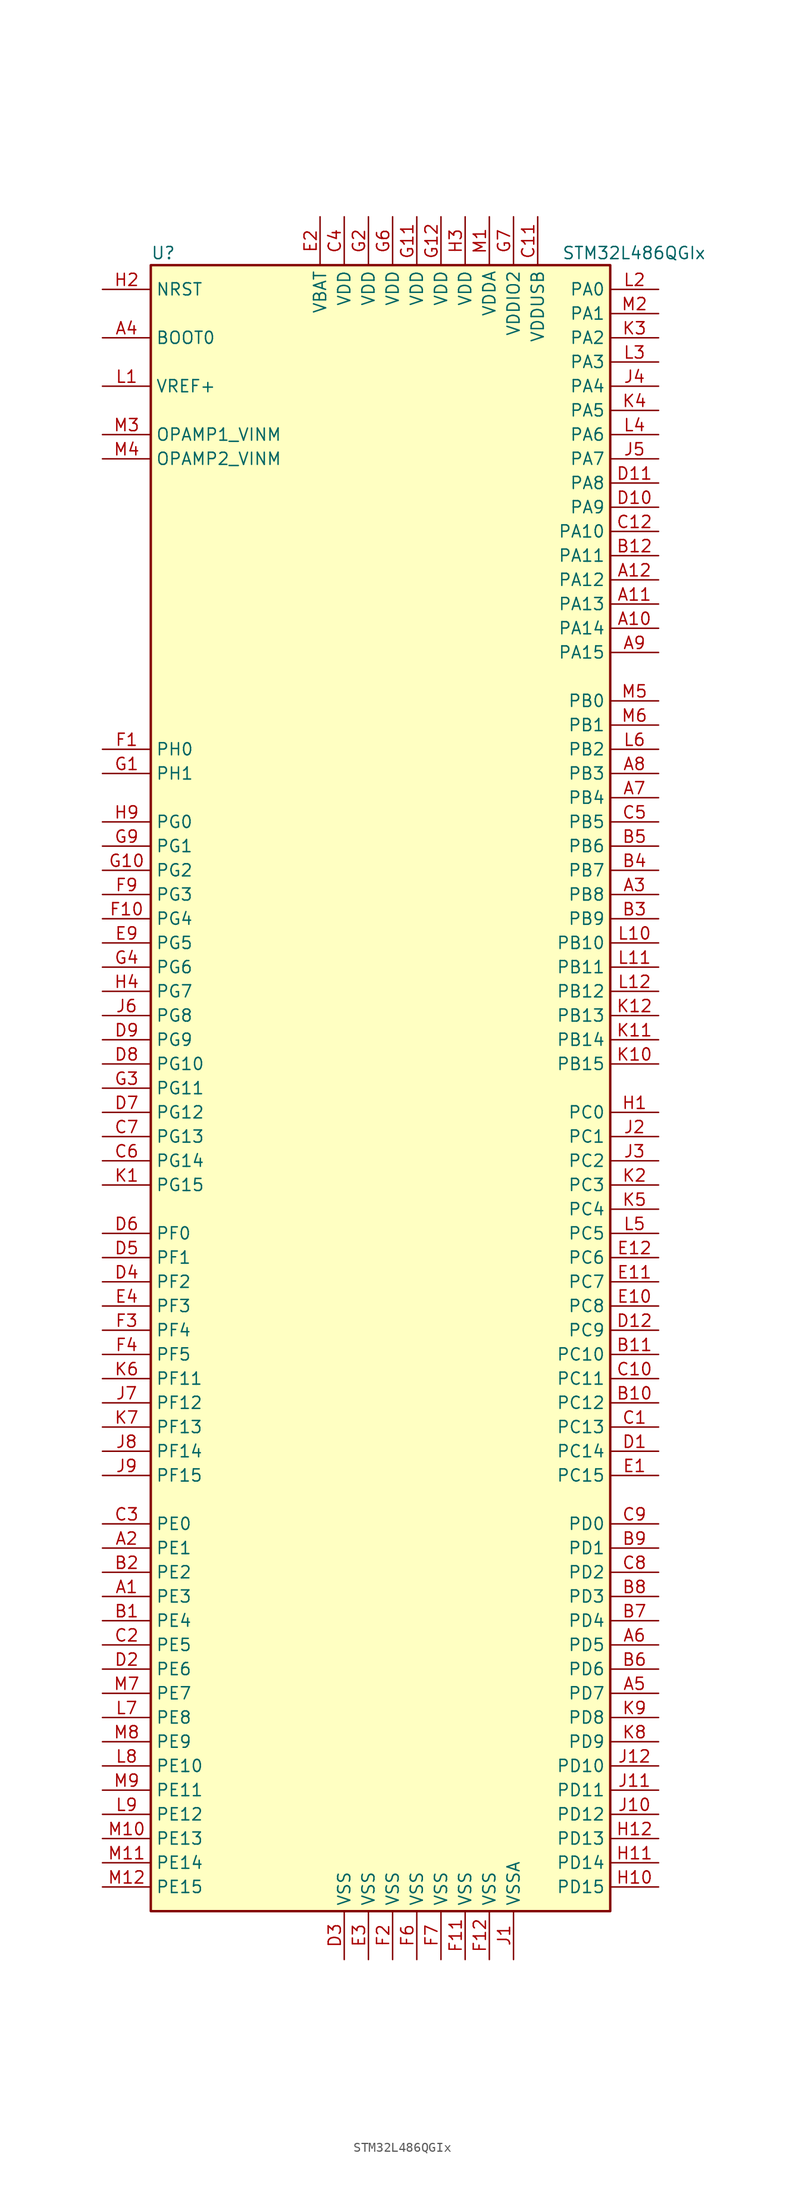
<source format=kicad_sym>
(kicad_symbol_lib
  (version 20201005)
  (generator kicad_symbol_editor)
  (symbol "STM32L486QGIx"
    (property "Reference" "U"
      (at -25.4 87.63 0)
      (effects (font (size 1.27 1.27)) (justify left)))
    (property "Value" "STM32L486QGIx"
      (at 17.78 87.63 0)
      (effects (font (size 1.27 1.27)) (justify left)))
    (symbol "STM32L486QGIx_0_1"
      (rectangle (start -25.4 -86.36) (end 22.86 86.36) (stroke (width 0.254)) (fill (type background))))
    (symbol "STM32L486QGIx_1_1"
      (pin bidirectional line (at -30.48 -53.34 0) (length 5.08) (name "PE3" (effects (font (size 1.27 1.27)))) (number "A1" (effects (font (size 1.27 1.27)))))
      (pin bidirectional line (at 27.94 48.26 180) (length 5.08) (name "PA14" (effects (font (size 1.27 1.27)))) (number "A10" (effects (font (size 1.27 1.27)))))
      (pin bidirectional line (at 27.94 50.8 180) (length 5.08) (name "PA13" (effects (font (size 1.27 1.27)))) (number "A11" (effects (font (size 1.27 1.27)))))
      (pin bidirectional line (at 27.94 53.34 180) (length 5.08) (name "PA12" (effects (font (size 1.27 1.27)))) (number "A12" (effects (font (size 1.27 1.27)))))
      (pin bidirectional line (at -30.48 -48.26 0) (length 5.08) (name "PE1" (effects (font (size 1.27 1.27)))) (number "A2" (effects (font (size 1.27 1.27)))))
      (pin bidirectional line (at 27.94 20.32 180) (length 5.08) (name "PB8" (effects (font (size 1.27 1.27)))) (number "A3" (effects (font (size 1.27 1.27)))))
      (pin input line (at -30.48 78.74 0) (length 5.08) (name "BOOT0" (effects (font (size 1.27 1.27)))) (number "A4" (effects (font (size 1.27 1.27)))))
      (pin bidirectional line (at 27.94 -63.5 180) (length 5.08) (name "PD7" (effects (font (size 1.27 1.27)))) (number "A5" (effects (font (size 1.27 1.27)))))
      (pin bidirectional line (at 27.94 -58.42 180) (length 5.08) (name "PD5" (effects (font (size 1.27 1.27)))) (number "A6" (effects (font (size 1.27 1.27)))))
      (pin bidirectional line (at 27.94 30.48 180) (length 5.08) (name "PB4" (effects (font (size 1.27 1.27)))) (number "A7" (effects (font (size 1.27 1.27)))))
      (pin bidirectional line (at 27.94 33.02 180) (length 5.08) (name "PB3" (effects (font (size 1.27 1.27)))) (number "A8" (effects (font (size 1.27 1.27)))))
      (pin bidirectional line (at 27.94 45.72 180) (length 5.08) (name "PA15" (effects (font (size 1.27 1.27)))) (number "A9" (effects (font (size 1.27 1.27)))))
      (pin bidirectional line (at -30.48 -55.88 0) (length 5.08) (name "PE4" (effects (font (size 1.27 1.27)))) (number "B1" (effects (font (size 1.27 1.27)))))
      (pin bidirectional line (at 27.94 -33.02 180) (length 5.08) (name "PC12" (effects (font (size 1.27 1.27)))) (number "B10" (effects (font (size 1.27 1.27)))))
      (pin bidirectional line (at 27.94 -27.94 180) (length 5.08) (name "PC10" (effects (font (size 1.27 1.27)))) (number "B11" (effects (font (size 1.27 1.27)))))
      (pin bidirectional line (at 27.94 55.88 180) (length 5.08) (name "PA11" (effects (font (size 1.27 1.27)))) (number "B12" (effects (font (size 1.27 1.27)))))
      (pin bidirectional line (at -30.48 -50.8 0) (length 5.08) (name "PE2" (effects (font (size 1.27 1.27)))) (number "B2" (effects (font (size 1.27 1.27)))))
      (pin bidirectional line (at 27.94 17.78 180) (length 5.08) (name "PB9" (effects (font (size 1.27 1.27)))) (number "B3" (effects (font (size 1.27 1.27)))))
      (pin bidirectional line (at 27.94 22.86 180) (length 5.08) (name "PB7" (effects (font (size 1.27 1.27)))) (number "B4" (effects (font (size 1.27 1.27)))))
      (pin bidirectional line (at 27.94 25.4 180) (length 5.08) (name "PB6" (effects (font (size 1.27 1.27)))) (number "B5" (effects (font (size 1.27 1.27)))))
      (pin bidirectional line (at 27.94 -60.96 180) (length 5.08) (name "PD6" (effects (font (size 1.27 1.27)))) (number "B6" (effects (font (size 1.27 1.27)))))
      (pin bidirectional line (at 27.94 -55.88 180) (length 5.08) (name "PD4" (effects (font (size 1.27 1.27)))) (number "B7" (effects (font (size 1.27 1.27)))))
      (pin bidirectional line (at 27.94 -53.34 180) (length 5.08) (name "PD3" (effects (font (size 1.27 1.27)))) (number "B8" (effects (font (size 1.27 1.27)))))
      (pin bidirectional line (at 27.94 -48.26 180) (length 5.08) (name "PD1" (effects (font (size 1.27 1.27)))) (number "B9" (effects (font (size 1.27 1.27)))))
      (pin bidirectional line (at 27.94 -35.56 180) (length 5.08) (name "PC13" (effects (font (size 1.27 1.27)))) (number "C1" (effects (font (size 1.27 1.27)))))
      (pin bidirectional line (at 27.94 -30.48 180) (length 5.08) (name "PC11" (effects (font (size 1.27 1.27)))) (number "C10" (effects (font (size 1.27 1.27)))))
      (pin power_in line (at 15.24 91.44 270) (length 5.08) (name "VDDUSB" (effects (font (size 1.27 1.27)))) (number "C11" (effects (font (size 1.27 1.27)))))
      (pin bidirectional line (at 27.94 58.42 180) (length 5.08) (name "PA10" (effects (font (size 1.27 1.27)))) (number "C12" (effects (font (size 1.27 1.27)))))
      (pin bidirectional line (at -30.48 -58.42 0) (length 5.08) (name "PE5" (effects (font (size 1.27 1.27)))) (number "C2" (effects (font (size 1.27 1.27)))))
      (pin bidirectional line (at -30.48 -45.72 0) (length 5.08) (name "PE0" (effects (font (size 1.27 1.27)))) (number "C3" (effects (font (size 1.27 1.27)))))
      (pin power_in line (at -5.08 91.44 270) (length 5.08) (name "VDD" (effects (font (size 1.27 1.27)))) (number "C4" (effects (font (size 1.27 1.27)))))
      (pin bidirectional line (at 27.94 27.94 180) (length 5.08) (name "PB5" (effects (font (size 1.27 1.27)))) (number "C5" (effects (font (size 1.27 1.27)))))
      (pin bidirectional line (at -30.48 -7.62 0) (length 5.08) (name "PG14" (effects (font (size 1.27 1.27)))) (number "C6" (effects (font (size 1.27 1.27)))))
      (pin bidirectional line (at -30.48 -5.08 0) (length 5.08) (name "PG13" (effects (font (size 1.27 1.27)))) (number "C7" (effects (font (size 1.27 1.27)))))
      (pin bidirectional line (at 27.94 -50.8 180) (length 5.08) (name "PD2" (effects (font (size 1.27 1.27)))) (number "C8" (effects (font (size 1.27 1.27)))))
      (pin bidirectional line (at 27.94 -45.72 180) (length 5.08) (name "PD0" (effects (font (size 1.27 1.27)))) (number "C9" (effects (font (size 1.27 1.27)))))
      (pin bidirectional line (at 27.94 -38.1 180) (length 5.08) (name "PC14" (effects (font (size 1.27 1.27)))) (number "D1" (effects (font (size 1.27 1.27)))))
      (pin bidirectional line (at 27.94 60.96 180) (length 5.08) (name "PA9" (effects (font (size 1.27 1.27)))) (number "D10" (effects (font (size 1.27 1.27)))))
      (pin bidirectional line (at 27.94 63.5 180) (length 5.08) (name "PA8" (effects (font (size 1.27 1.27)))) (number "D11" (effects (font (size 1.27 1.27)))))
      (pin bidirectional line (at 27.94 -25.4 180) (length 5.08) (name "PC9" (effects (font (size 1.27 1.27)))) (number "D12" (effects (font (size 1.27 1.27)))))
      (pin bidirectional line (at -30.48 -60.96 0) (length 5.08) (name "PE6" (effects (font (size 1.27 1.27)))) (number "D2" (effects (font (size 1.27 1.27)))))
      (pin power_in line (at -5.08 -91.44 90) (length 5.08) (name "VSS" (effects (font (size 1.27 1.27)))) (number "D3" (effects (font (size 1.27 1.27)))))
      (pin bidirectional line (at -30.48 -20.32 0) (length 5.08) (name "PF2" (effects (font (size 1.27 1.27)))) (number "D4" (effects (font (size 1.27 1.27)))))
      (pin bidirectional line (at -30.48 -17.78 0) (length 5.08) (name "PF1" (effects (font (size 1.27 1.27)))) (number "D5" (effects (font (size 1.27 1.27)))))
      (pin bidirectional line (at -30.48 -15.24 0) (length 5.08) (name "PF0" (effects (font (size 1.27 1.27)))) (number "D6" (effects (font (size 1.27 1.27)))))
      (pin bidirectional line (at -30.48 -2.54 0) (length 5.08) (name "PG12" (effects (font (size 1.27 1.27)))) (number "D7" (effects (font (size 1.27 1.27)))))
      (pin bidirectional line (at -30.48 2.54 0) (length 5.08) (name "PG10" (effects (font (size 1.27 1.27)))) (number "D8" (effects (font (size 1.27 1.27)))))
      (pin bidirectional line (at -30.48 5.08 0) (length 5.08) (name "PG9" (effects (font (size 1.27 1.27)))) (number "D9" (effects (font (size 1.27 1.27)))))
      (pin bidirectional line (at 27.94 -40.64 180) (length 5.08) (name "PC15" (effects (font (size 1.27 1.27)))) (number "E1" (effects (font (size 1.27 1.27)))))
      (pin bidirectional line (at 27.94 -22.86 180) (length 5.08) (name "PC8" (effects (font (size 1.27 1.27)))) (number "E10" (effects (font (size 1.27 1.27)))))
      (pin bidirectional line (at 27.94 -20.32 180) (length 5.08) (name "PC7" (effects (font (size 1.27 1.27)))) (number "E11" (effects (font (size 1.27 1.27)))))
      (pin bidirectional line (at 27.94 -17.78 180) (length 5.08) (name "PC6" (effects (font (size 1.27 1.27)))) (number "E12" (effects (font (size 1.27 1.27)))))
      (pin power_in line (at -7.62 91.44 270) (length 5.08) (name "VBAT" (effects (font (size 1.27 1.27)))) (number "E2" (effects (font (size 1.27 1.27)))))
      (pin power_in line (at -2.54 -91.44 90) (length 5.08) (name "VSS" (effects (font (size 1.27 1.27)))) (number "E3" (effects (font (size 1.27 1.27)))))
      (pin bidirectional line (at -30.48 -22.86 0) (length 5.08) (name "PF3" (effects (font (size 1.27 1.27)))) (number "E4" (effects (font (size 1.27 1.27)))))
      (pin bidirectional line (at -30.48 15.24 0) (length 5.08) (name "PG5" (effects (font (size 1.27 1.27)))) (number "E9" (effects (font (size 1.27 1.27)))))
      (pin input line (at -30.48 35.56 0) (length 5.08) (name "PH0" (effects (font (size 1.27 1.27)))) (number "F1" (effects (font (size 1.27 1.27)))))
      (pin bidirectional line (at -30.48 17.78 0) (length 5.08) (name "PG4" (effects (font (size 1.27 1.27)))) (number "F10" (effects (font (size 1.27 1.27)))))
      (pin power_in line (at 7.62 -91.44 90) (length 5.08) (name "VSS" (effects (font (size 1.27 1.27)))) (number "F11" (effects (font (size 1.27 1.27)))))
      (pin power_in line (at 10.16 -91.44 90) (length 5.08) (name "VSS" (effects (font (size 1.27 1.27)))) (number "F12" (effects (font (size 1.27 1.27)))))
      (pin power_in line (at 0 -91.44 90) (length 5.08) (name "VSS" (effects (font (size 1.27 1.27)))) (number "F2" (effects (font (size 1.27 1.27)))))
      (pin bidirectional line (at -30.48 -25.4 0) (length 5.08) (name "PF4" (effects (font (size 1.27 1.27)))) (number "F3" (effects (font (size 1.27 1.27)))))
      (pin bidirectional line (at -30.48 -27.94 0) (length 5.08) (name "PF5" (effects (font (size 1.27 1.27)))) (number "F4" (effects (font (size 1.27 1.27)))))
      (pin power_in line (at 2.54 -91.44 90) (length 5.08) (name "VSS" (effects (font (size 1.27 1.27)))) (number "F6" (effects (font (size 1.27 1.27)))))
      (pin power_in line (at 5.08 -91.44 90) (length 5.08) (name "VSS" (effects (font (size 1.27 1.27)))) (number "F7" (effects (font (size 1.27 1.27)))))
      (pin bidirectional line (at -30.48 20.32 0) (length 5.08) (name "PG3" (effects (font (size 1.27 1.27)))) (number "F9" (effects (font (size 1.27 1.27)))))
      (pin input line (at -30.48 33.02 0) (length 5.08) (name "PH1" (effects (font (size 1.27 1.27)))) (number "G1" (effects (font (size 1.27 1.27)))))
      (pin bidirectional line (at -30.48 22.86 0) (length 5.08) (name "PG2" (effects (font (size 1.27 1.27)))) (number "G10" (effects (font (size 1.27 1.27)))))
      (pin power_in line (at 2.54 91.44 270) (length 5.08) (name "VDD" (effects (font (size 1.27 1.27)))) (number "G11" (effects (font (size 1.27 1.27)))))
      (pin power_in line (at 5.08 91.44 270) (length 5.08) (name "VDD" (effects (font (size 1.27 1.27)))) (number "G12" (effects (font (size 1.27 1.27)))))
      (pin power_in line (at -2.54 91.44 270) (length 5.08) (name "VDD" (effects (font (size 1.27 1.27)))) (number "G2" (effects (font (size 1.27 1.27)))))
      (pin bidirectional line (at -30.48 0 0) (length 5.08) (name "PG11" (effects (font (size 1.27 1.27)))) (number "G3" (effects (font (size 1.27 1.27)))))
      (pin bidirectional line (at -30.48 12.7 0) (length 5.08) (name "PG6" (effects (font (size 1.27 1.27)))) (number "G4" (effects (font (size 1.27 1.27)))))
      (pin power_in line (at 0 91.44 270) (length 5.08) (name "VDD" (effects (font (size 1.27 1.27)))) (number "G6" (effects (font (size 1.27 1.27)))))
      (pin power_in line (at 12.7 91.44 270) (length 5.08) (name "VDDIO2" (effects (font (size 1.27 1.27)))) (number "G7" (effects (font (size 1.27 1.27)))))
      (pin bidirectional line (at -30.48 25.4 0) (length 5.08) (name "PG1" (effects (font (size 1.27 1.27)))) (number "G9" (effects (font (size 1.27 1.27)))))
      (pin bidirectional line (at 27.94 -2.54 180) (length 5.08) (name "PC0" (effects (font (size 1.27 1.27)))) (number "H1" (effects (font (size 1.27 1.27)))))
      (pin bidirectional line (at 27.94 -83.82 180) (length 5.08) (name "PD15" (effects (font (size 1.27 1.27)))) (number "H10" (effects (font (size 1.27 1.27)))))
      (pin bidirectional line (at 27.94 -81.28 180) (length 5.08) (name "PD14" (effects (font (size 1.27 1.27)))) (number "H11" (effects (font (size 1.27 1.27)))))
      (pin bidirectional line (at 27.94 -78.74 180) (length 5.08) (name "PD13" (effects (font (size 1.27 1.27)))) (number "H12" (effects (font (size 1.27 1.27)))))
      (pin input line (at -30.48 83.82 0) (length 5.08) (name "NRST" (effects (font (size 1.27 1.27)))) (number "H2" (effects (font (size 1.27 1.27)))))
      (pin power_in line (at 7.62 91.44 270) (length 5.08) (name "VDD" (effects (font (size 1.27 1.27)))) (number "H3" (effects (font (size 1.27 1.27)))))
      (pin bidirectional line (at -30.48 10.16 0) (length 5.08) (name "PG7" (effects (font (size 1.27 1.27)))) (number "H4" (effects (font (size 1.27 1.27)))))
      (pin bidirectional line (at -30.48 27.94 0) (length 5.08) (name "PG0" (effects (font (size 1.27 1.27)))) (number "H9" (effects (font (size 1.27 1.27)))))
      (pin power_in line (at 12.7 -91.44 90) (length 5.08) (name "VSSA" (effects (font (size 1.27 1.27)))) (number "J1" (effects (font (size 1.27 1.27)))))
      (pin bidirectional line (at 27.94 -76.2 180) (length 5.08) (name "PD12" (effects (font (size 1.27 1.27)))) (number "J10" (effects (font (size 1.27 1.27)))))
      (pin bidirectional line (at 27.94 -73.66 180) (length 5.08) (name "PD11" (effects (font (size 1.27 1.27)))) (number "J11" (effects (font (size 1.27 1.27)))))
      (pin bidirectional line (at 27.94 -71.12 180) (length 5.08) (name "PD10" (effects (font (size 1.27 1.27)))) (number "J12" (effects (font (size 1.27 1.27)))))
      (pin bidirectional line (at 27.94 -5.08 180) (length 5.08) (name "PC1" (effects (font (size 1.27 1.27)))) (number "J2" (effects (font (size 1.27 1.27)))))
      (pin bidirectional line (at 27.94 -7.62 180) (length 5.08) (name "PC2" (effects (font (size 1.27 1.27)))) (number "J3" (effects (font (size 1.27 1.27)))))
      (pin bidirectional line (at 27.94 73.66 180) (length 5.08) (name "PA4" (effects (font (size 1.27 1.27)))) (number "J4" (effects (font (size 1.27 1.27)))))
      (pin bidirectional line (at 27.94 66.04 180) (length 5.08) (name "PA7" (effects (font (size 1.27 1.27)))) (number "J5" (effects (font (size 1.27 1.27)))))
      (pin bidirectional line (at -30.48 7.62 0) (length 5.08) (name "PG8" (effects (font (size 1.27 1.27)))) (number "J6" (effects (font (size 1.27 1.27)))))
      (pin bidirectional line (at -30.48 -33.02 0) (length 5.08) (name "PF12" (effects (font (size 1.27 1.27)))) (number "J7" (effects (font (size 1.27 1.27)))))
      (pin bidirectional line (at -30.48 -38.1 0) (length 5.08) (name "PF14" (effects (font (size 1.27 1.27)))) (number "J8" (effects (font (size 1.27 1.27)))))
      (pin bidirectional line (at -30.48 -40.64 0) (length 5.08) (name "PF15" (effects (font (size 1.27 1.27)))) (number "J9" (effects (font (size 1.27 1.27)))))
      (pin bidirectional line (at -30.48 -10.16 0) (length 5.08) (name "PG15" (effects (font (size 1.27 1.27)))) (number "K1" (effects (font (size 1.27 1.27)))))
      (pin bidirectional line (at 27.94 2.54 180) (length 5.08) (name "PB15" (effects (font (size 1.27 1.27)))) (number "K10" (effects (font (size 1.27 1.27)))))
      (pin bidirectional line (at 27.94 5.08 180) (length 5.08) (name "PB14" (effects (font (size 1.27 1.27)))) (number "K11" (effects (font (size 1.27 1.27)))))
      (pin bidirectional line (at 27.94 7.62 180) (length 5.08) (name "PB13" (effects (font (size 1.27 1.27)))) (number "K12" (effects (font (size 1.27 1.27)))))
      (pin bidirectional line (at 27.94 -10.16 180) (length 5.08) (name "PC3" (effects (font (size 1.27 1.27)))) (number "K2" (effects (font (size 1.27 1.27)))))
      (pin bidirectional line (at 27.94 78.74 180) (length 5.08) (name "PA2" (effects (font (size 1.27 1.27)))) (number "K3" (effects (font (size 1.27 1.27)))))
      (pin bidirectional line (at 27.94 71.12 180) (length 5.08) (name "PA5" (effects (font (size 1.27 1.27)))) (number "K4" (effects (font (size 1.27 1.27)))))
      (pin bidirectional line (at 27.94 -12.7 180) (length 5.08) (name "PC4" (effects (font (size 1.27 1.27)))) (number "K5" (effects (font (size 1.27 1.27)))))
      (pin bidirectional line (at -30.48 -30.48 0) (length 5.08) (name "PF11" (effects (font (size 1.27 1.27)))) (number "K6" (effects (font (size 1.27 1.27)))))
      (pin bidirectional line (at -30.48 -35.56 0) (length 5.08) (name "PF13" (effects (font (size 1.27 1.27)))) (number "K7" (effects (font (size 1.27 1.27)))))
      (pin bidirectional line (at 27.94 -68.58 180) (length 5.08) (name "PD9" (effects (font (size 1.27 1.27)))) (number "K8" (effects (font (size 1.27 1.27)))))
      (pin bidirectional line (at 27.94 -66.04 180) (length 5.08) (name "PD8" (effects (font (size 1.27 1.27)))) (number "K9" (effects (font (size 1.27 1.27)))))
      (pin bidirectional line (at -30.48 73.66 0) (length 5.08) (name "VREF+" (effects (font (size 1.27 1.27)))) (number "L1" (effects (font (size 1.27 1.27)))))
      (pin bidirectional line (at 27.94 15.24 180) (length 5.08) (name "PB10" (effects (font (size 1.27 1.27)))) (number "L10" (effects (font (size 1.27 1.27)))))
      (pin bidirectional line (at 27.94 12.7 180) (length 5.08) (name "PB11" (effects (font (size 1.27 1.27)))) (number "L11" (effects (font (size 1.27 1.27)))))
      (pin bidirectional line (at 27.94 10.16 180) (length 5.08) (name "PB12" (effects (font (size 1.27 1.27)))) (number "L12" (effects (font (size 1.27 1.27)))))
      (pin bidirectional line (at 27.94 83.82 180) (length 5.08) (name "PA0" (effects (font (size 1.27 1.27)))) (number "L2" (effects (font (size 1.27 1.27)))))
      (pin bidirectional line (at 27.94 76.2 180) (length 5.08) (name "PA3" (effects (font (size 1.27 1.27)))) (number "L3" (effects (font (size 1.27 1.27)))))
      (pin bidirectional line (at 27.94 68.58 180) (length 5.08) (name "PA6" (effects (font (size 1.27 1.27)))) (number "L4" (effects (font (size 1.27 1.27)))))
      (pin bidirectional line (at 27.94 -15.24 180) (length 5.08) (name "PC5" (effects (font (size 1.27 1.27)))) (number "L5" (effects (font (size 1.27 1.27)))))
      (pin bidirectional line (at 27.94 35.56 180) (length 5.08) (name "PB2" (effects (font (size 1.27 1.27)))) (number "L6" (effects (font (size 1.27 1.27)))))
      (pin bidirectional line (at -30.48 -66.04 0) (length 5.08) (name "PE8" (effects (font (size 1.27 1.27)))) (number "L7" (effects (font (size 1.27 1.27)))))
      (pin bidirectional line (at -30.48 -71.12 0) (length 5.08) (name "PE10" (effects (font (size 1.27 1.27)))) (number "L8" (effects (font (size 1.27 1.27)))))
      (pin bidirectional line (at -30.48 -76.2 0) (length 5.08) (name "PE12" (effects (font (size 1.27 1.27)))) (number "L9" (effects (font (size 1.27 1.27)))))
      (pin power_in line (at 10.16 91.44 270) (length 5.08) (name "VDDA" (effects (font (size 1.27 1.27)))) (number "M1" (effects (font (size 1.27 1.27)))))
      (pin bidirectional line (at -30.48 -78.74 0) (length 5.08) (name "PE13" (effects (font (size 1.27 1.27)))) (number "M10" (effects (font (size 1.27 1.27)))))
      (pin bidirectional line (at -30.48 -81.28 0) (length 5.08) (name "PE14" (effects (font (size 1.27 1.27)))) (number "M11" (effects (font (size 1.27 1.27)))))
      (pin bidirectional line (at -30.48 -83.82 0) (length 5.08) (name "PE15" (effects (font (size 1.27 1.27)))) (number "M12" (effects (font (size 1.27 1.27)))))
      (pin bidirectional line (at 27.94 81.28 180) (length 5.08) (name "PA1" (effects (font (size 1.27 1.27)))) (number "M2" (effects (font (size 1.27 1.27)))))
      (pin bidirectional line (at -30.48 68.58 0) (length 5.08) (name "OPAMP1_VINM" (effects (font (size 1.27 1.27)))) (number "M3" (effects (font (size 1.27 1.27)))))
      (pin bidirectional line (at -30.48 66.04 0) (length 5.08) (name "OPAMP2_VINM" (effects (font (size 1.27 1.27)))) (number "M4" (effects (font (size 1.27 1.27)))))
      (pin bidirectional line (at 27.94 40.64 180) (length 5.08) (name "PB0" (effects (font (size 1.27 1.27)))) (number "M5" (effects (font (size 1.27 1.27)))))
      (pin bidirectional line (at 27.94 38.1 180) (length 5.08) (name "PB1" (effects (font (size 1.27 1.27)))) (number "M6" (effects (font (size 1.27 1.27)))))
      (pin bidirectional line (at -30.48 -63.5 0) (length 5.08) (name "PE7" (effects (font (size 1.27 1.27)))) (number "M7" (effects (font (size 1.27 1.27)))))
      (pin bidirectional line (at -30.48 -68.58 0) (length 5.08) (name "PE9" (effects (font (size 1.27 1.27)))) (number "M8" (effects (font (size 1.27 1.27)))))
      (pin bidirectional line (at -30.48 -73.66 0) (length 5.08) (name "PE11" (effects (font (size 1.27 1.27)))) (number "M9" (effects (font (size 1.27 1.27))))))))
</source>
